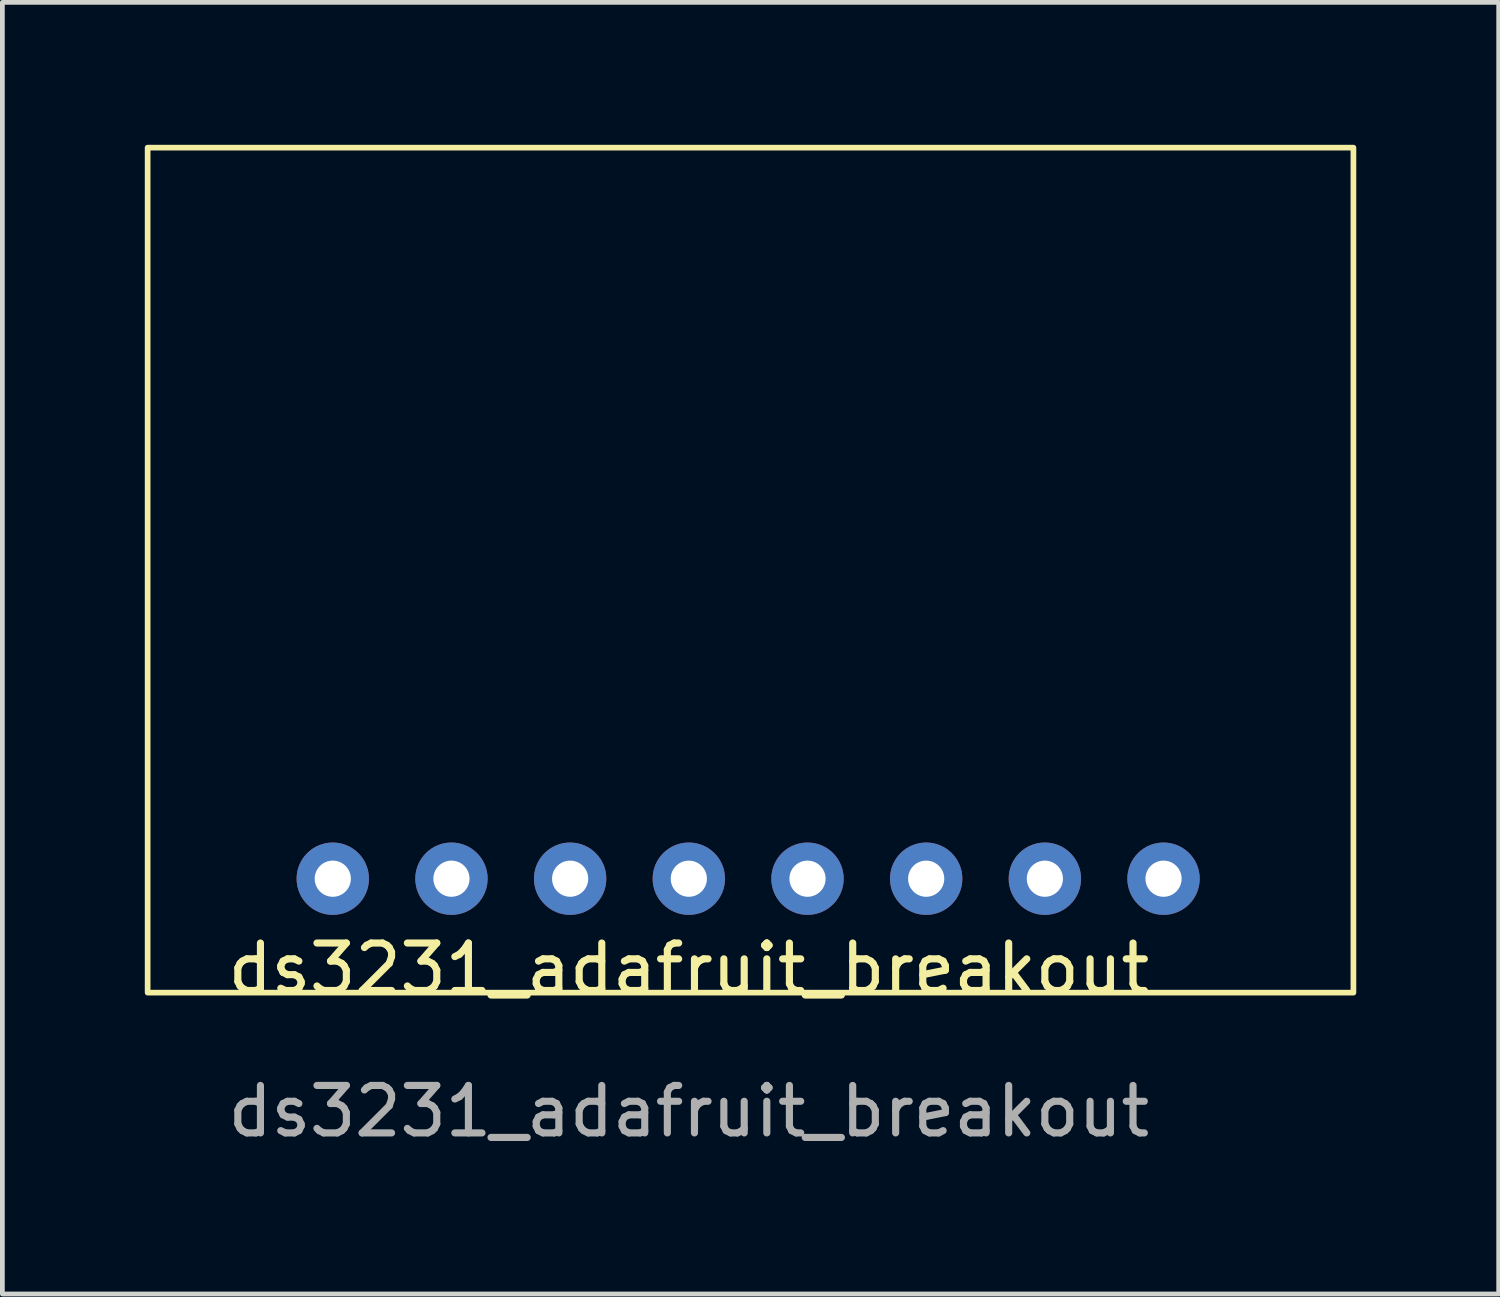
<source format=kicad_pcb>
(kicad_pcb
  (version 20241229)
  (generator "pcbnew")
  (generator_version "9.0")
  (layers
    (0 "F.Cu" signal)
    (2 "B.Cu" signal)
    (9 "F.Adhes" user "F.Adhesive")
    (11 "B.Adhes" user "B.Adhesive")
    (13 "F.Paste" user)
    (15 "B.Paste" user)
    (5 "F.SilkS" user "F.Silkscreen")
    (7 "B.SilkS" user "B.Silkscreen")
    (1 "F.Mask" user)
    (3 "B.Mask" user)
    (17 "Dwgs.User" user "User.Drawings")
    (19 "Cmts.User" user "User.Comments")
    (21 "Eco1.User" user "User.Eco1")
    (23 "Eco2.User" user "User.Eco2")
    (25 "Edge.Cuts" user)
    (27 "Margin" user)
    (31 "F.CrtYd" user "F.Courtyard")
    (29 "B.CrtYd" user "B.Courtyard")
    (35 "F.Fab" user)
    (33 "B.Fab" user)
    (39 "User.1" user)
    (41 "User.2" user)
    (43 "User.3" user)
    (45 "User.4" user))
  (footprint "ds3231_adafruit_breakout"
    (layer "F.Cu")
    (at 12.76 17.86)
    (property "Reference" "ds3231_adafruit_breakout" (at -1.3 -0.5 0) (unlocked yes) (layer "F.SilkS") (effects (font (size 1 1) (thickness 0.15))))
    (attr through_hole)
    (fp_rect (start -12.7 0) (end 12.7 -17.8) (stroke (width 0.12) (type solid)) (fill no) (layer "F.SilkS"))
    (fp_text user "${REFERENCE}" (at -1.3 2.5 0) (unlocked yes) (layer "F.Fab") (effects (font (size 1 1) (thickness 0.15))))
    (pad "1" thru_hole circle (at -8.8 -2.4) (size 1.524 1.524) (drill 0.762) (layers "*.Cu" "*.Mask"))
    (pad "2" thru_hole circle (at -6.3 -2.4) (size 1.524 1.524) (drill 0.762) (layers "*.Cu" "*.Mask"))
    (pad "3" thru_hole circle (at -3.8 -2.4) (size 1.524 1.524) (drill 0.762) (layers "*.Cu" "*.Mask"))
    (pad "4" thru_hole circle (at -1.3 -2.4) (size 1.524 1.524) (drill 0.762) (layers "*.Cu" "*.Mask"))
    (pad "5" thru_hole circle (at 1.2 -2.4) (size 1.524 1.524) (drill 0.762) (layers "*.Cu" "*.Mask"))
    (pad "6" thru_hole circle (at 3.7 -2.4) (size 1.524 1.524) (drill 0.762) (layers "*.Cu" "*.Mask"))
    (pad "7" thru_hole circle (at 6.2 -2.4) (size 1.524 1.524) (drill 0.762) (layers "*.Cu" "*.Mask"))
    (pad "8" thru_hole circle (at 8.7 -2.4) (size 1.524 1.524) (drill 0.762) (layers "*.Cu" "*.Mask")))
  (gr_rect
    (start -3 -3)
    (end 28.52 24.208)
    (stroke (width 0.1) (type default))
    (fill no)
    (layer "Edge.Cuts")))
</source>
